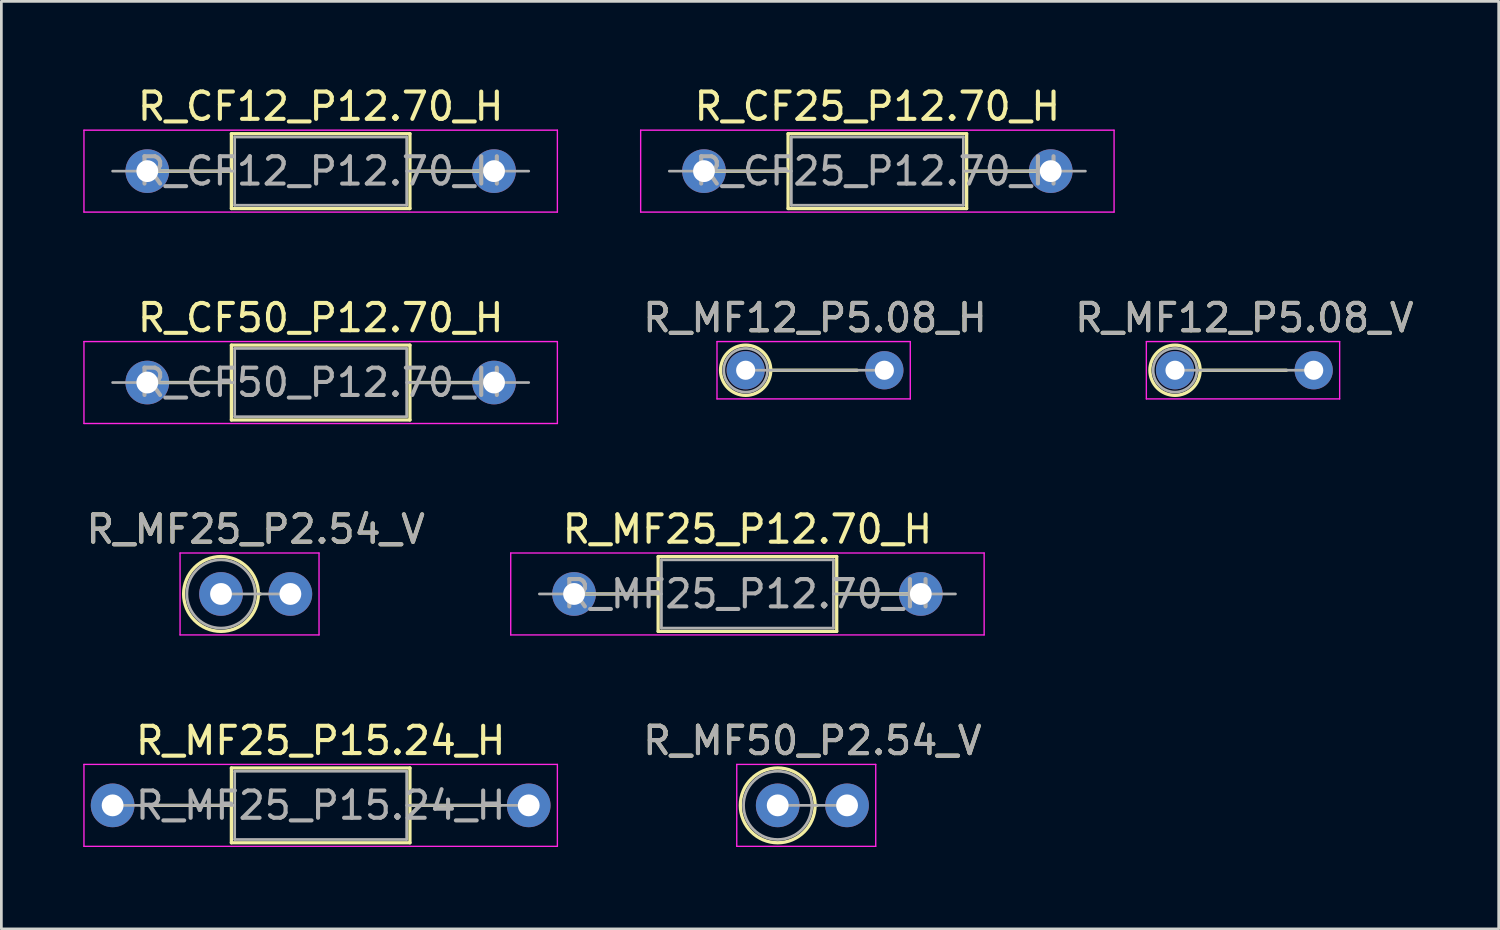
<source format=kicad_pcb>
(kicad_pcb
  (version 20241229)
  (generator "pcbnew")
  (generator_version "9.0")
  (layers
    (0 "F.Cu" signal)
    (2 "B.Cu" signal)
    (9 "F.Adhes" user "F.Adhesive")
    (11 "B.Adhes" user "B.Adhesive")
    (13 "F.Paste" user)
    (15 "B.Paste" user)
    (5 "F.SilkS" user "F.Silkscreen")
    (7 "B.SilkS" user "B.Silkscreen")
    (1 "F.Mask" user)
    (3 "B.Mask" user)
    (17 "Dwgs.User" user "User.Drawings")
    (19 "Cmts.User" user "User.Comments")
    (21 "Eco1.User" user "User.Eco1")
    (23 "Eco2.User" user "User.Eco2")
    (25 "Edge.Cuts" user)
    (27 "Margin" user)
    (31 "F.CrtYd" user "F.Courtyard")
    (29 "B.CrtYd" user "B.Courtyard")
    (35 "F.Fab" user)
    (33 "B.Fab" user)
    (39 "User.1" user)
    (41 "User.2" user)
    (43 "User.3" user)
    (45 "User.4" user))
  (footprint "R_MF25_P15.24_H"
    (layer "F.Cu")
    (at 8.695 26.448)
    (property "Reference" "R_MF25_P15.24_H" (at 0 -2.37 0) (layer "F.SilkS") (effects (font (size 1 1) (thickness 0.15))))
    (attr through_hole)
    (fp_line (start -6.58 0) (end -3.27 0) (stroke (width 0.12) (type solid)) (layer "F.SilkS"))
    (fp_line (start -3.27 -1.37) (end -3.27 1.37) (stroke (width 0.12) (type solid)) (layer "F.SilkS"))
    (fp_line (start -3.27 1.37) (end 3.27 1.37) (stroke (width 0.12) (type solid)) (layer "F.SilkS"))
    (fp_line (start 3.27 -1.37) (end -3.27 -1.37) (stroke (width 0.12) (type solid)) (layer "F.SilkS"))
    (fp_line (start 3.27 1.37) (end 3.27 -1.37) (stroke (width 0.12) (type solid)) (layer "F.SilkS"))
    (fp_line (start 6.58 0) (end 3.27 0) (stroke (width 0.12) (type solid)) (layer "F.SilkS"))
    (fp_line (start -8.67 -1.5) (end -8.67 1.5) (stroke (width 0.05) (type solid)) (layer "F.CrtYd"))
    (fp_line (start -8.67 1.5) (end 8.67 1.5) (stroke (width 0.05) (type solid)) (layer "F.CrtYd"))
    (fp_line (start 8.67 -1.5) (end -8.67 -1.5) (stroke (width 0.05) (type solid)) (layer "F.CrtYd"))
    (fp_line (start 8.67 1.5) (end 8.67 -1.5) (stroke (width 0.05) (type solid)) (layer "F.CrtYd"))
    (fp_line (start -7.62 0) (end -3.15 0) (stroke (width 0.1) (type solid)) (layer "F.Fab"))
    (fp_line (start -3.15 -1.25) (end -3.15 1.25) (stroke (width 0.1) (type solid)) (layer "F.Fab"))
    (fp_line (start -3.15 1.25) (end 3.15 1.25) (stroke (width 0.1) (type solid)) (layer "F.Fab"))
    (fp_line (start 3.15 -1.25) (end -3.15 -1.25) (stroke (width 0.1) (type solid)) (layer "F.Fab"))
    (fp_line (start 3.15 1.25) (end 3.15 -1.25) (stroke (width 0.1) (type solid)) (layer "F.Fab"))
    (fp_line (start 7.62 0) (end 3.15 0) (stroke (width 0.1) (type solid)) (layer "F.Fab"))
    (fp_text user "${REFERENCE}" (at 0 0 0) (layer "F.Fab") (effects (font (size 1 1) (thickness 0.15))))
    (pad "1" thru_hole circle (at -7.62 0) (size 1.6 1.6) (drill 0.8) (layers "*.Cu" "*.Mask"))
    (pad "2" thru_hole oval (at 7.62 0) (size 1.6 1.6) (drill 0.8) (layers "*.Cu" "*.Mask")))
  (footprint "R_MF12_P5.08_H"
    (layer "F.Cu")
    (at 26.801 10.511)
    (property "Reference" "R_MF12_P5.08_H" (at 0 -1.92 0) (layer "F.SilkS") (effects (font (size 1 1) (thickness 0.15))))
    (attr through_hole)
    (fp_line (start -1.62 0) (end 1.54 0) (stroke (width 0.12) (type solid)) (layer "F.SilkS"))
    (fp_circle (center -2.54 0) (end -1.62 0) (stroke (width 0.12) (type solid)) (fill no) (layer "F.SilkS"))
    (fp_line (start -3.59 -1.05) (end -3.59 1.05) (stroke (width 0.05) (type solid)) (layer "F.CrtYd"))
    (fp_line (start -3.59 1.05) (end 3.49 1.05) (stroke (width 0.05) (type solid)) (layer "F.CrtYd"))
    (fp_line (start 3.49 -1.05) (end -3.59 -1.05) (stroke (width 0.05) (type solid)) (layer "F.CrtYd"))
    (fp_line (start 3.49 1.05) (end 3.49 -1.05) (stroke (width 0.05) (type solid)) (layer "F.CrtYd"))
    (fp_line (start -2.54 0) (end 2.54 0) (stroke (width 0.1) (type solid)) (layer "F.Fab"))
    (fp_circle (center -2.54 0) (end -1.74 0) (stroke (width 0.1) (type solid)) (fill no) (layer "F.Fab"))
    (fp_text user "${REFERENCE}" (at 0 -1.92 0) (layer "F.Fab") (effects (font (size 1 1) (thickness 0.15))))
    (pad "1" thru_hole circle (at -2.54 0) (size 1.4 1.4) (drill 0.7) (layers "*.Cu" "*.Mask"))
    (pad "2" thru_hole oval (at 2.54 0) (size 1.4 1.4) (drill 0.7) (layers "*.Cu" "*.Mask")))
  (footprint "R_CF12_P12.70_H"
    (layer "F.Cu")
    (at 8.695 3.218)
    (property "Reference" "R_CF12_P12.70_H" (at 0 -2.37 0) (layer "F.SilkS") (effects (font (size 1 1) (thickness 0.15))))
    (attr through_hole)
    (fp_line (start -6.58 0) (end -3.27 0) (stroke (width 0.12) (type solid)) (layer "F.SilkS"))
    (fp_line (start -3.27 -1.37) (end -3.27 1.37) (stroke (width 0.12) (type solid)) (layer "F.SilkS"))
    (fp_line (start -3.27 1.37) (end 3.27 1.37) (stroke (width 0.12) (type solid)) (layer "F.SilkS"))
    (fp_line (start 3.27 -1.37) (end -3.27 -1.37) (stroke (width 0.12) (type solid)) (layer "F.SilkS"))
    (fp_line (start 3.27 1.37) (end 3.27 -1.37) (stroke (width 0.12) (type solid)) (layer "F.SilkS"))
    (fp_line (start 6.58 0) (end 3.27 0) (stroke (width 0.12) (type solid)) (layer "F.SilkS"))
    (fp_line (start -8.67 -1.5) (end -8.67 1.5) (stroke (width 0.05) (type solid)) (layer "F.CrtYd"))
    (fp_line (start -8.67 1.5) (end 8.67 1.5) (stroke (width 0.05) (type solid)) (layer "F.CrtYd"))
    (fp_line (start 8.67 -1.5) (end -8.67 -1.5) (stroke (width 0.05) (type solid)) (layer "F.CrtYd"))
    (fp_line (start 8.67 1.5) (end 8.67 -1.5) (stroke (width 0.05) (type solid)) (layer "F.CrtYd"))
    (fp_line (start -7.62 0) (end -3.15 0) (stroke (width 0.1) (type solid)) (layer "F.Fab"))
    (fp_line (start -3.15 -1.25) (end -3.15 1.25) (stroke (width 0.1) (type solid)) (layer "F.Fab"))
    (fp_line (start -3.15 1.25) (end 3.15 1.25) (stroke (width 0.1) (type solid)) (layer "F.Fab"))
    (fp_line (start 3.15 -1.25) (end -3.15 -1.25) (stroke (width 0.1) (type solid)) (layer "F.Fab"))
    (fp_line (start 3.15 1.25) (end 3.15 -1.25) (stroke (width 0.1) (type solid)) (layer "F.Fab"))
    (fp_line (start 7.62 0) (end 3.15 0) (stroke (width 0.1) (type solid)) (layer "F.Fab"))
    (fp_text user "${REFERENCE}" (at 0 0 0) (layer "F.Fab") (effects (font (size 1 1) (thickness 0.15))))
    (pad "1" thru_hole circle (at -6.35 0) (size 1.6 1.6) (drill 0.8) (layers "*.Cu" "*.Mask"))
    (pad "2" thru_hole oval (at 6.35 0) (size 1.6 1.6) (drill 0.8) (layers "*.Cu" "*.Mask")))
  (footprint "R_CF25_P12.70_H"
    (layer "F.Cu")
    (at 29.085 3.218)
    (property "Reference" "R_CF25_P12.70_H" (at 0 -2.37 0) (layer "F.SilkS") (effects (font (size 1 1) (thickness 0.15))))
    (attr through_hole)
    (fp_line (start -6.58 0) (end -3.27 0) (stroke (width 0.12) (type solid)) (layer "F.SilkS"))
    (fp_line (start -3.27 -1.37) (end -3.27 1.37) (stroke (width 0.12) (type solid)) (layer "F.SilkS"))
    (fp_line (start -3.27 1.37) (end 3.27 1.37) (stroke (width 0.12) (type solid)) (layer "F.SilkS"))
    (fp_line (start 3.27 -1.37) (end -3.27 -1.37) (stroke (width 0.12) (type solid)) (layer "F.SilkS"))
    (fp_line (start 3.27 1.37) (end 3.27 -1.37) (stroke (width 0.12) (type solid)) (layer "F.SilkS"))
    (fp_line (start 6.58 0) (end 3.27 0) (stroke (width 0.12) (type solid)) (layer "F.SilkS"))
    (fp_line (start -8.67 -1.5) (end -8.67 1.5) (stroke (width 0.05) (type solid)) (layer "F.CrtYd"))
    (fp_line (start -8.67 1.5) (end 8.67 1.5) (stroke (width 0.05) (type solid)) (layer "F.CrtYd"))
    (fp_line (start 8.67 -1.5) (end -8.67 -1.5) (stroke (width 0.05) (type solid)) (layer "F.CrtYd"))
    (fp_line (start 8.67 1.5) (end 8.67 -1.5) (stroke (width 0.05) (type solid)) (layer "F.CrtYd"))
    (fp_line (start -7.62 0) (end -3.15 0) (stroke (width 0.1) (type solid)) (layer "F.Fab"))
    (fp_line (start -3.15 -1.25) (end -3.15 1.25) (stroke (width 0.1) (type solid)) (layer "F.Fab"))
    (fp_line (start -3.15 1.25) (end 3.15 1.25) (stroke (width 0.1) (type solid)) (layer "F.Fab"))
    (fp_line (start 3.15 -1.25) (end -3.15 -1.25) (stroke (width 0.1) (type solid)) (layer "F.Fab"))
    (fp_line (start 3.15 1.25) (end 3.15 -1.25) (stroke (width 0.1) (type solid)) (layer "F.Fab"))
    (fp_line (start 7.62 0) (end 3.15 0) (stroke (width 0.1) (type solid)) (layer "F.Fab"))
    (fp_text user "${REFERENCE}" (at 0 0 0) (layer "F.Fab") (effects (font (size 1 1) (thickness 0.15))))
    (pad "1" thru_hole circle (at -6.35 0) (size 1.6 1.6) (drill 0.8) (layers "*.Cu" "*.Mask"))
    (pad "2" thru_hole oval (at 6.35 0) (size 1.6 1.6) (drill 0.8) (layers "*.Cu" "*.Mask")))
  (footprint "R_CF50_P12.70_H"
    (layer "F.Cu")
    (at 8.695 10.961)
    (property "Reference" "R_CF50_P12.70_H" (at 0 -2.37 0) (layer "F.SilkS") (effects (font (size 1 1) (thickness 0.15))))
    (attr through_hole)
    (fp_line (start -6.58 0) (end -3.27 0) (stroke (width 0.12) (type solid)) (layer "F.SilkS"))
    (fp_line (start -3.27 -1.37) (end -3.27 1.37) (stroke (width 0.12) (type solid)) (layer "F.SilkS"))
    (fp_line (start -3.27 1.37) (end 3.27 1.37) (stroke (width 0.12) (type solid)) (layer "F.SilkS"))
    (fp_line (start 3.27 -1.37) (end -3.27 -1.37) (stroke (width 0.12) (type solid)) (layer "F.SilkS"))
    (fp_line (start 3.27 1.37) (end 3.27 -1.37) (stroke (width 0.12) (type solid)) (layer "F.SilkS"))
    (fp_line (start 6.58 0) (end 3.27 0) (stroke (width 0.12) (type solid)) (layer "F.SilkS"))
    (fp_line (start -8.67 -1.5) (end -8.67 1.5) (stroke (width 0.05) (type solid)) (layer "F.CrtYd"))
    (fp_line (start -8.67 1.5) (end 8.67 1.5) (stroke (width 0.05) (type solid)) (layer "F.CrtYd"))
    (fp_line (start 8.67 -1.5) (end -8.67 -1.5) (stroke (width 0.05) (type solid)) (layer "F.CrtYd"))
    (fp_line (start 8.67 1.5) (end 8.67 -1.5) (stroke (width 0.05) (type solid)) (layer "F.CrtYd"))
    (fp_line (start -7.62 0) (end -3.15 0) (stroke (width 0.1) (type solid)) (layer "F.Fab"))
    (fp_line (start -3.15 -1.25) (end -3.15 1.25) (stroke (width 0.1) (type solid)) (layer "F.Fab"))
    (fp_line (start -3.15 1.25) (end 3.15 1.25) (stroke (width 0.1) (type solid)) (layer "F.Fab"))
    (fp_line (start 3.15 -1.25) (end -3.15 -1.25) (stroke (width 0.1) (type solid)) (layer "F.Fab"))
    (fp_line (start 3.15 1.25) (end 3.15 -1.25) (stroke (width 0.1) (type solid)) (layer "F.Fab"))
    (fp_line (start 7.62 0) (end 3.15 0) (stroke (width 0.1) (type solid)) (layer "F.Fab"))
    (fp_text user "${REFERENCE}" (at 0 0 0) (layer "F.Fab") (effects (font (size 1 1) (thickness 0.15))))
    (pad "1" thru_hole circle (at -6.35 0) (size 1.6 1.6) (drill 0.8) (layers "*.Cu" "*.Mask"))
    (pad "2" thru_hole oval (at 6.35 0) (size 1.6 1.6) (drill 0.8) (layers "*.Cu" "*.Mask")))
  (footprint "R_MF12_P5.08_V"
    (layer "F.Cu")
    (at 42.527 10.511)
    (property "Reference" "R_MF12_P5.08_V" (at 0 -1.92 0) (layer "F.SilkS") (effects (font (size 1 1) (thickness 0.15))))
    (attr through_hole)
    (fp_line (start -1.62 0) (end 1.54 0) (stroke (width 0.12) (type solid)) (layer "F.SilkS"))
    (fp_circle (center -2.54 0) (end -1.62 0) (stroke (width 0.12) (type solid)) (fill no) (layer "F.SilkS"))
    (fp_line (start -3.59 -1.05) (end -3.59 1.05) (stroke (width 0.05) (type solid)) (layer "F.CrtYd"))
    (fp_line (start -3.59 1.05) (end 3.49 1.05) (stroke (width 0.05) (type solid)) (layer "F.CrtYd"))
    (fp_line (start 3.49 -1.05) (end -3.59 -1.05) (stroke (width 0.05) (type solid)) (layer "F.CrtYd"))
    (fp_line (start 3.49 1.05) (end 3.49 -1.05) (stroke (width 0.05) (type solid)) (layer "F.CrtYd"))
    (fp_line (start -2.54 0) (end 2.54 0) (stroke (width 0.1) (type solid)) (layer "F.Fab"))
    (fp_circle (center -2.54 0) (end -1.74 0) (stroke (width 0.1) (type solid)) (fill no) (layer "F.Fab"))
    (fp_text user "${REFERENCE}" (at 0 -1.92 0) (layer "F.Fab") (effects (font (size 1 1) (thickness 0.15))))
    (pad "1" thru_hole circle (at -2.54 0) (size 1.4 1.4) (drill 0.7) (layers "*.Cu" "*.Mask"))
    (pad "2" thru_hole oval (at 2.54 0) (size 1.4 1.4) (drill 0.7) (layers "*.Cu" "*.Mask")))
  (footprint "R_MF25_P2.54_V"
    (layer "F.Cu")
    (at 6.315 18.705)
    (property "Reference" "R_MF25_P2.54_V" (at 0 -2.37 0) (layer "F.SilkS") (effects (font (size 1 1) (thickness 0.15))))
    (attr through_hole)
    (fp_line (start 0.1 0) (end 0.17 0) (stroke (width 0.12) (type solid)) (layer "F.SilkS"))
    (fp_circle (center -1.27 0) (end 0.1 0) (stroke (width 0.12) (type solid)) (fill no) (layer "F.SilkS"))
    (fp_line (start -2.77 -1.5) (end -2.77 1.5) (stroke (width 0.05) (type solid)) (layer "F.CrtYd"))
    (fp_line (start -2.77 1.5) (end 2.32 1.5) (stroke (width 0.05) (type solid)) (layer "F.CrtYd"))
    (fp_line (start 2.32 -1.5) (end -2.77 -1.5) (stroke (width 0.05) (type solid)) (layer "F.CrtYd"))
    (fp_line (start 2.32 1.5) (end 2.32 -1.5) (stroke (width 0.05) (type solid)) (layer "F.CrtYd"))
    (fp_line (start -1.27 0) (end 1.27 0) (stroke (width 0.1) (type solid)) (layer "F.Fab"))
    (fp_circle (center -1.27 0) (end -0.02 0) (stroke (width 0.1) (type solid)) (fill no) (layer "F.Fab"))
    (fp_text user "${REFERENCE}" (at 0 -2.37 0) (layer "F.Fab") (effects (font (size 1 1) (thickness 0.15))))
    (pad "1" thru_hole circle (at -1.27 0) (size 1.6 1.6) (drill 0.8) (layers "*.Cu" "*.Mask"))
    (pad "2" thru_hole oval (at 1.27 0) (size 1.6 1.6) (drill 0.8) (layers "*.Cu" "*.Mask")))
  (footprint "R_MF50_P2.54_V"
    (layer "F.Cu")
    (at 26.705 26.448)
    (property "Reference" "R_MF50_P2.54_V" (at 0 -2.37 0) (layer "F.SilkS") (effects (font (size 1 1) (thickness 0.15))))
    (attr through_hole)
    (fp_line (start 0.1 0) (end 0.17 0) (stroke (width 0.12) (type solid)) (layer "F.SilkS"))
    (fp_circle (center -1.27 0) (end 0.1 0) (stroke (width 0.12) (type solid)) (fill no) (layer "F.SilkS"))
    (fp_line (start -2.77 -1.5) (end -2.77 1.5) (stroke (width 0.05) (type solid)) (layer "F.CrtYd"))
    (fp_line (start -2.77 1.5) (end 2.32 1.5) (stroke (width 0.05) (type solid)) (layer "F.CrtYd"))
    (fp_line (start 2.32 -1.5) (end -2.77 -1.5) (stroke (width 0.05) (type solid)) (layer "F.CrtYd"))
    (fp_line (start 2.32 1.5) (end 2.32 -1.5) (stroke (width 0.05) (type solid)) (layer "F.CrtYd"))
    (fp_line (start -1.27 0) (end 1.27 0) (stroke (width 0.1) (type solid)) (layer "F.Fab"))
    (fp_circle (center -1.27 0) (end -0.02 0) (stroke (width 0.1) (type solid)) (fill no) (layer "F.Fab"))
    (fp_text user "${REFERENCE}" (at 0 -2.37 0) (layer "F.Fab") (effects (font (size 1 1) (thickness 0.15))))
    (pad "1" thru_hole circle (at -1.27 0) (size 1.6 1.6) (drill 0.8) (layers "*.Cu" "*.Mask"))
    (pad "2" thru_hole oval (at 1.27 0) (size 1.6 1.6) (drill 0.8) (layers "*.Cu" "*.Mask")))
  (footprint "R_MF25_P12.70_H"
    (layer "F.Cu")
    (at 24.326 18.705)
    (property "Reference" "R_MF25_P12.70_H" (at 0 -2.37 0) (layer "F.SilkS") (effects (font (size 1 1) (thickness 0.15))))
    (attr through_hole)
    (fp_line (start -6.58 0) (end -3.27 0) (stroke (width 0.12) (type solid)) (layer "F.SilkS"))
    (fp_line (start -3.27 -1.37) (end -3.27 1.37) (stroke (width 0.12) (type solid)) (layer "F.SilkS"))
    (fp_line (start -3.27 1.37) (end 3.27 1.37) (stroke (width 0.12) (type solid)) (layer "F.SilkS"))
    (fp_line (start 3.27 -1.37) (end -3.27 -1.37) (stroke (width 0.12) (type solid)) (layer "F.SilkS"))
    (fp_line (start 3.27 1.37) (end 3.27 -1.37) (stroke (width 0.12) (type solid)) (layer "F.SilkS"))
    (fp_line (start 6.58 0) (end 3.27 0) (stroke (width 0.12) (type solid)) (layer "F.SilkS"))
    (fp_line (start -8.67 -1.5) (end -8.67 1.5) (stroke (width 0.05) (type solid)) (layer "F.CrtYd"))
    (fp_line (start -8.67 1.5) (end 8.67 1.5) (stroke (width 0.05) (type solid)) (layer "F.CrtYd"))
    (fp_line (start 8.67 -1.5) (end -8.67 -1.5) (stroke (width 0.05) (type solid)) (layer "F.CrtYd"))
    (fp_line (start 8.67 1.5) (end 8.67 -1.5) (stroke (width 0.05) (type solid)) (layer "F.CrtYd"))
    (fp_line (start -7.62 0) (end -3.15 0) (stroke (width 0.1) (type solid)) (layer "F.Fab"))
    (fp_line (start -3.15 -1.25) (end -3.15 1.25) (stroke (width 0.1) (type solid)) (layer "F.Fab"))
    (fp_line (start -3.15 1.25) (end 3.15 1.25) (stroke (width 0.1) (type solid)) (layer "F.Fab"))
    (fp_line (start 3.15 -1.25) (end -3.15 -1.25) (stroke (width 0.1) (type solid)) (layer "F.Fab"))
    (fp_line (start 3.15 1.25) (end 3.15 -1.25) (stroke (width 0.1) (type solid)) (layer "F.Fab"))
    (fp_line (start 7.62 0) (end 3.15 0) (stroke (width 0.1) (type solid)) (layer "F.Fab"))
    (fp_text user "${REFERENCE}" (at 0 0 0) (layer "F.Fab") (effects (font (size 1 1) (thickness 0.15))))
    (pad "1" thru_hole circle (at -6.35 0) (size 1.6 1.6) (drill 0.8) (layers "*.Cu" "*.Mask"))
    (pad "2" thru_hole oval (at 6.35 0) (size 1.6 1.6) (drill 0.8) (layers "*.Cu" "*.Mask")))
  (gr_rect
    (start -3 -3)
    (end 51.842 30.973)
    (stroke (width 0.1) (type default))
    (fill no)
    (layer "Edge.Cuts")))
</source>
